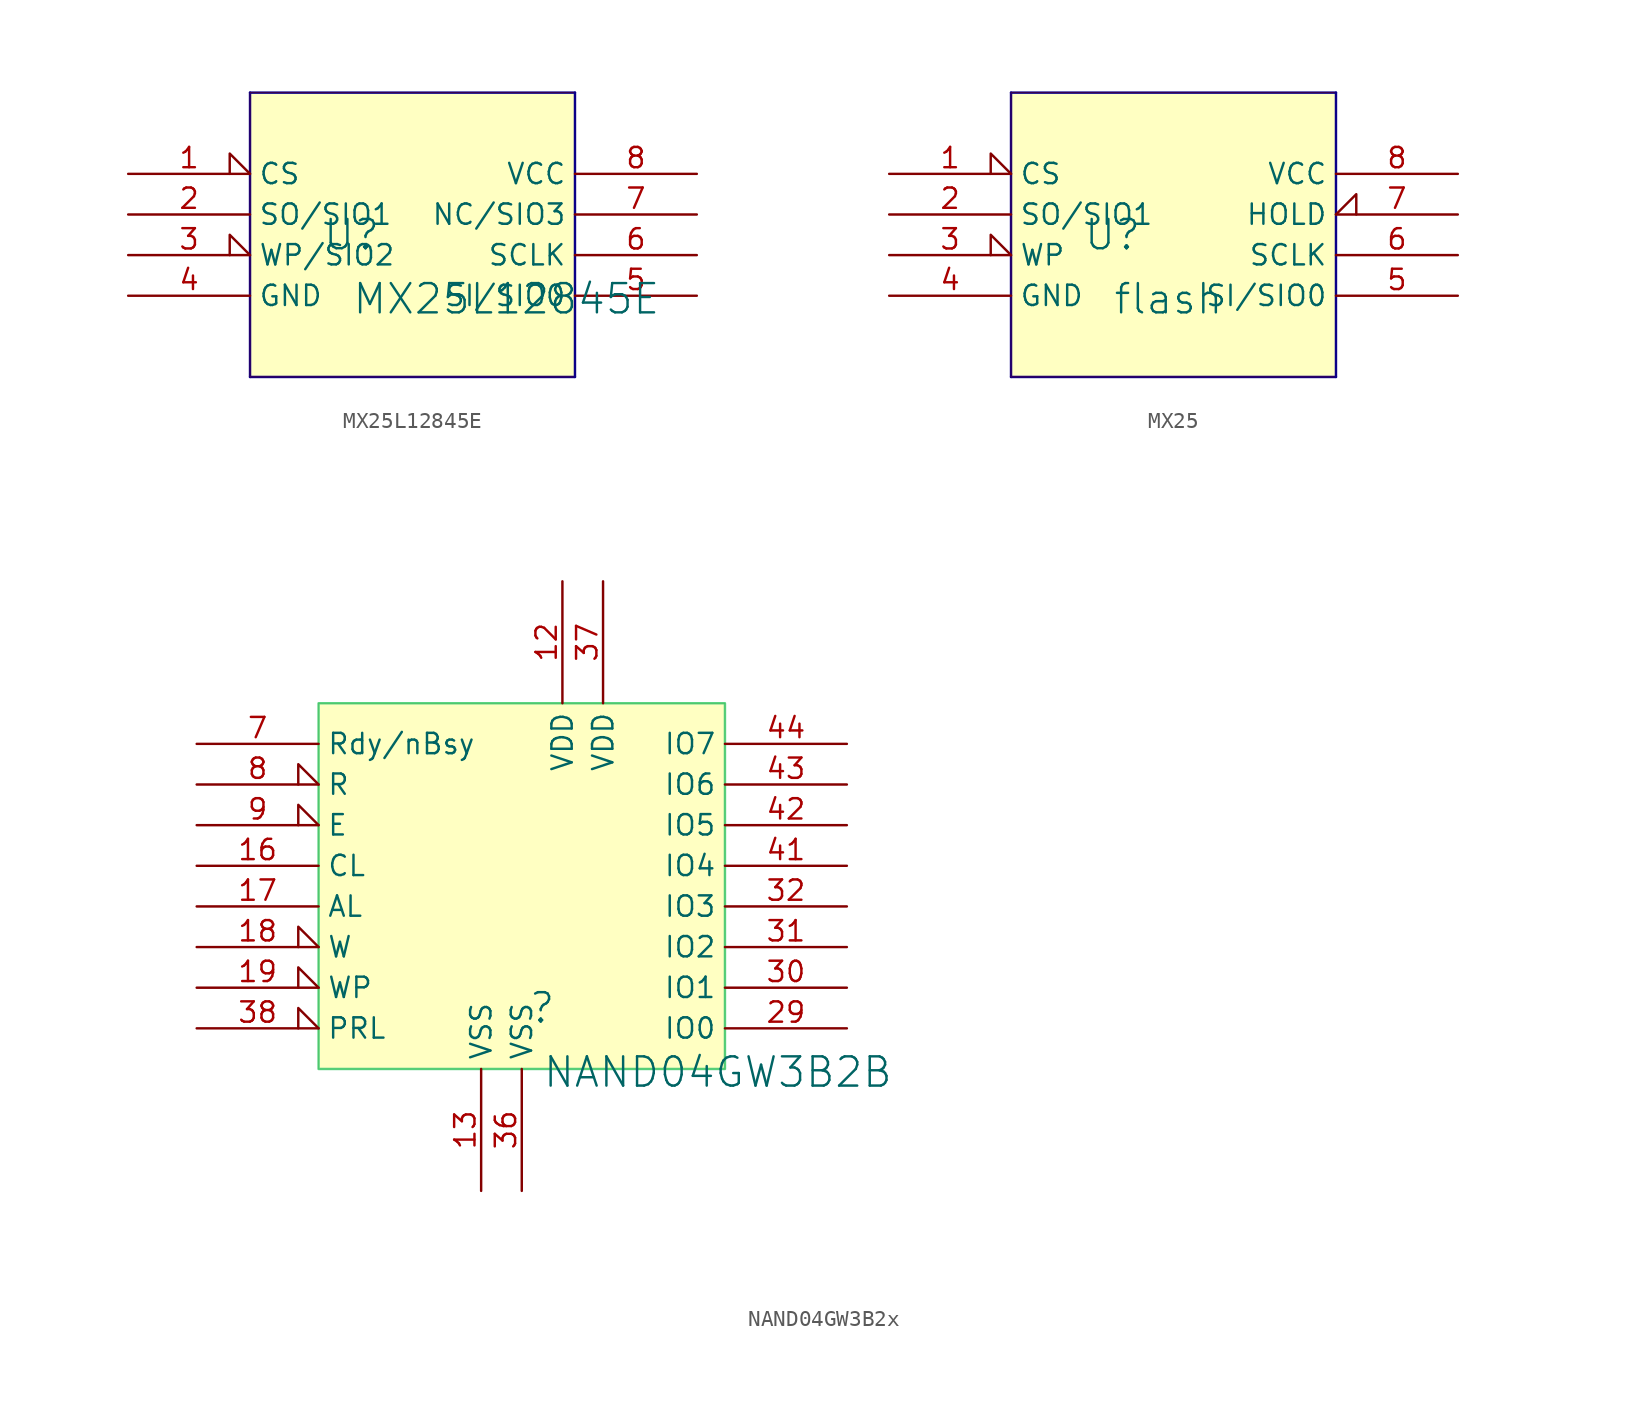
<source format=kicad_sym>
(kicad_symbol_lib
  (version 20241209)
  (generator "kicad_symbol_editor")
  (generator_version "9.0")
  (symbol "MX25L12845E"
    (property "Reference" "U"
      (at -1.27 1.27 0)
      (effects (font (size 1.829 1.829))))
    (property "Value" "MX25L12845E"
      (at -1.27 -3.81 0)
      (effects (font (size 1.829 1.829)) (justify left bottom)))
    (symbol "MX25L12845E_1_0"
      (polyline (pts (xy -7.62 10.16) (xy 12.7 10.16)) (stroke (width 0) (type solid) (color 12 0 135 1)) (fill (type none)))
      (polyline (pts (xy -7.62 -7.62) (xy -7.62 10.16)) (stroke (width 0) (type solid) (color 12 0 135 1)) (fill (type none)))
      (polyline (pts (xy -7.62 -7.62) (xy 12.7 -7.62)) (stroke (width 0) (type solid) (color 12 0 135 1)) (fill (type none)))
      (rectangle (start 12.7 10.16) (end -7.62 -7.62) (stroke (width 0.025) (type solid) (color 128 0 0 1)) (fill (type background)))
      (polyline (pts (xy 12.7 -7.62) (xy 12.7 10.16)) (stroke (width 0) (type solid) (color 12 0 135 1)) (fill (type none)))
      (pin passive input_low (at -15.24 5.08 0) (length 7.62) (name "CS" (effects (font (size 1.27 1.27)))) (number "1" (effects (font (size 1.27 1.27)))))
      (pin passive line (at -15.24 2.54 0) (length 7.62) (name "SO/SIO1" (effects (font (size 1.27 1.27)))) (number "2" (effects (font (size 1.27 1.27)))))
      (pin passive input_low (at -15.24 0 0) (length 7.62) (name "WP/SIO2" (effects (font (size 1.27 1.27)))) (number "3" (effects (font (size 1.27 1.27)))))
      (pin passive line (at -15.24 -2.54 0) (length 7.62) (name "GND" (effects (font (size 1.27 1.27)))) (number "4" (effects (font (size 1.27 1.27)))))
      (pin passive line (at 20.32 5.08 180) (length 7.62) (name "VCC" (effects (font (size 1.27 1.27)))) (number "8" (effects (font (size 1.27 1.27)))))
      (pin passive line (at 20.32 2.54 180) (length 7.62) (name "NC/SIO3" (effects (font (size 1.27 1.27)))) (number "7" (effects (font (size 1.27 1.27)))))
      (pin passive line (at 20.32 0 180) (length 7.62) (name "SCLK" (effects (font (size 1.27 1.27)))) (number "6" (effects (font (size 1.27 1.27)))))
      (pin passive line (at 20.32 -2.54 180) (length 7.62) (name "SI/SIO0" (effects (font (size 1.27 1.27)))) (number "5" (effects (font (size 1.27 1.27)))))))
  (symbol "MX25"
    (property "Reference" "U"
      (at -1.27 1.27 0)
      (effects (font (size 1.829 1.829))))
    (property "Value" "flash"
      (at -1.27 -3.81 0)
      (effects (font (size 1.829 1.829)) (justify left bottom)))
    (symbol "MX25_1_0"
      (polyline (pts (xy -7.62 10.16) (xy 12.7 10.16)) (stroke (width 0) (type solid) (color 12 0 135 1)) (fill (type none)))
      (polyline (pts (xy -7.62 -7.62) (xy -7.62 10.16)) (stroke (width 0) (type solid) (color 12 0 135 1)) (fill (type none)))
      (polyline (pts (xy -7.62 -7.62) (xy 12.7 -7.62)) (stroke (width 0) (type solid) (color 12 0 135 1)) (fill (type none)))
      (rectangle (start 12.7 10.16) (end -7.62 -7.62) (stroke (width 0.025) (type solid) (color 128 0 0 1)) (fill (type background)))
      (polyline (pts (xy 12.7 -7.62) (xy 12.7 10.16)) (stroke (width 0) (type solid) (color 12 0 135 1)) (fill (type none)))
      (pin passive input_low (at -15.24 5.08 0) (length 7.62) (name "CS" (effects (font (size 1.27 1.27)))) (number "1" (effects (font (size 1.27 1.27)))))
      (pin passive line (at -15.24 2.54 0) (length 7.62) (name "SO/SIO1" (effects (font (size 1.27 1.27)))) (number "2" (effects (font (size 1.27 1.27)))))
      (pin passive input_low (at -15.24 0 0) (length 7.62) (name "WP" (effects (font (size 1.27 1.27)))) (number "3" (effects (font (size 1.27 1.27)))))
      (pin passive line (at -15.24 -2.54 0) (length 7.62) (name "GND" (effects (font (size 1.27 1.27)))) (number "4" (effects (font (size 1.27 1.27)))))
      (pin passive line (at 20.32 5.08 180) (length 7.62) (name "VCC" (effects (font (size 1.27 1.27)))) (number "8" (effects (font (size 1.27 1.27)))))
      (pin passive input_low (at 20.32 2.54 180) (length 7.62) (name "HOLD" (effects (font (size 1.27 1.27)))) (number "7" (effects (font (size 1.27 1.27)))))
      (pin passive line (at 20.32 0 180) (length 7.62) (name "SCLK" (effects (font (size 1.27 1.27)))) (number "6" (effects (font (size 1.27 1.27)))))
      (pin passive line (at 20.32 -2.54 180) (length 7.62) (name "SI/SIO0" (effects (font (size 1.27 1.27)))) (number "5" (effects (font (size 1.27 1.27)))))))
  (symbol "NAND04GW3B2x"
    (property "Reference" ""
      (at -1.27 1.27 0)
      (effects (font (size 1.829 1.829))))
    (property "Value" "NAND04GW3B2B"
      (at -1.27 -3.81 0)
      (effects (font (size 1.829 1.829)) (justify left bottom)))
    (symbol "NAND04GW3B2x_1_0"
      (polyline (pts (xy -15.24 -2.54) (xy -15.24 20.32) (xy 10.16 20.32) (xy 10.16 -2.54) (xy -15.24 -2.54)) (stroke (width 0) (type solid) (color 92 212 129 1)) (fill (type none)))
      (rectangle (start 10.16 20.32) (end -15.24 -2.54) (stroke (width 0.025) (type solid) (color 59 178 83 1)) (fill (type background)))
      (pin passive line (at -22.86 17.78 0) (length 7.62) (name "Rdy/nBsy" (effects (font (size 1.27 1.27)))) (number "7" (effects (font (size 1.27 1.27)))))
      (pin passive input_low (at -22.86 15.24 0) (length 7.62) (name "R" (effects (font (size 1.27 1.27)))) (number "8" (effects (font (size 1.27 1.27)))))
      (pin passive input_low (at -22.86 12.7 0) (length 7.62) (name "E" (effects (font (size 1.27 1.27)))) (number "9" (effects (font (size 1.27 1.27)))))
      (pin passive line (at -22.86 10.16 0) (length 7.62) (name "CL" (effects (font (size 1.27 1.27)))) (number "16" (effects (font (size 1.27 1.27)))))
      (pin passive line (at -22.86 7.62 0) (length 7.62) (name "AL" (effects (font (size 1.27 1.27)))) (number "17" (effects (font (size 1.27 1.27)))))
      (pin passive input_low (at -22.86 5.08 0) (length 7.62) (name "W" (effects (font (size 1.27 1.27)))) (number "18" (effects (font (size 1.27 1.27)))))
      (pin passive input_low (at -22.86 2.54 0) (length 7.62) (name "WP" (effects (font (size 1.27 1.27)))) (number "19" (effects (font (size 1.27 1.27)))))
      (pin passive input_low (at -22.86 0 0) (length 7.62) (name "PRL" (effects (font (size 1.27 1.27)))) (number "38" (effects (font (size 1.27 1.27)))))
      (pin passive line (at -5.08 -10.16 90) (length 7.62) (name "VSS" (effects (font (size 1.27 1.27)))) (number "13" (effects (font (size 1.27 1.27)))))
      (pin passive line (at -2.54 -10.16 90) (length 7.62) (name "VSS" (effects (font (size 1.27 1.27)))) (number "36" (effects (font (size 1.27 1.27)))))
      (pin passive line (at 0 27.94 270) (length 7.62) (name "VDD" (effects (font (size 1.27 1.27)))) (number "12" (effects (font (size 1.27 1.27)))))
      (pin passive line (at 2.54 27.94 270) (length 7.62) (name "VDD" (effects (font (size 1.27 1.27)))) (number "37" (effects (font (size 1.27 1.27)))))
      (pin passive line (at 17.78 17.78 180) (length 7.62) (name "IO7" (effects (font (size 1.27 1.27)))) (number "44" (effects (font (size 1.27 1.27)))))
      (pin passive line (at 17.78 15.24 180) (length 7.62) (name "IO6" (effects (font (size 1.27 1.27)))) (number "43" (effects (font (size 1.27 1.27)))))
      (pin passive line (at 17.78 12.7 180) (length 7.62) (name "IO5" (effects (font (size 1.27 1.27)))) (number "42" (effects (font (size 1.27 1.27)))))
      (pin passive line (at 17.78 10.16 180) (length 7.62) (name "IO4" (effects (font (size 1.27 1.27)))) (number "41" (effects (font (size 1.27 1.27)))))
      (pin passive line (at 17.78 7.62 180) (length 7.62) (name "IO3" (effects (font (size 1.27 1.27)))) (number "32" (effects (font (size 1.27 1.27)))))
      (pin passive line (at 17.78 5.08 180) (length 7.62) (name "IO2" (effects (font (size 1.27 1.27)))) (number "31" (effects (font (size 1.27 1.27)))))
      (pin passive line (at 17.78 2.54 180) (length 7.62) (name "IO1" (effects (font (size 1.27 1.27)))) (number "30" (effects (font (size 1.27 1.27)))))
      (pin passive line (at 17.78 0 180) (length 7.62) (name "IO0" (effects (font (size 1.27 1.27)))) (number "29" (effects (font (size 1.27 1.27)))))
      (pin passive line (at 45.72 22.86 180) (length 7.62) (hide yes) (name "NC" (effects (font (size 1.27 1.27)))) (number "48" (effects (font (size 1.27 1.27)))))
      (pin passive line (at 45.72 20.32 180) (length 7.62) (hide yes) (name "NC" (effects (font (size 1.27 1.27)))) (number "47" (effects (font (size 1.27 1.27)))))
      (pin passive line (at 45.72 17.78 180) (length 7.62) (hide yes) (name "NC" (effects (font (size 1.27 1.27)))) (number "46" (effects (font (size 1.27 1.27)))))
      (pin passive line (at 45.72 15.24 180) (length 7.62) (hide yes) (name "NC" (effects (font (size 1.27 1.27)))) (number "45" (effects (font (size 1.27 1.27)))))
      (pin passive line (at 45.72 12.7 180) (length 7.62) (hide yes) (name "NC" (effects (font (size 1.27 1.27)))) (number "40" (effects (font (size 1.27 1.27)))))
      (pin passive line (at 45.72 10.16 180) (length 7.62) (hide yes) (name "NC" (effects (font (size 1.27 1.27)))) (number "39" (effects (font (size 1.27 1.27)))))
      (pin passive line (at 45.72 7.62 180) (length 7.62) (hide yes) (name "NC" (effects (font (size 1.27 1.27)))) (number "35" (effects (font (size 1.27 1.27)))))
      (pin passive line (at 45.72 5.08 180) (length 7.62) (hide yes) (name "NC" (effects (font (size 1.27 1.27)))) (number "34" (effects (font (size 1.27 1.27)))))
      (pin passive line (at 45.72 2.54 180) (length 7.62) (hide yes) (name "NC" (effects (font (size 1.27 1.27)))) (number "33" (effects (font (size 1.27 1.27)))))
      (pin passive line (at 45.72 0 180) (length 7.62) (hide yes) (name "NC" (effects (font (size 1.27 1.27)))) (number "28" (effects (font (size 1.27 1.27)))))
      (pin passive line (at 45.72 -2.54 180) (length 7.62) (hide yes) (name "NC" (effects (font (size 1.27 1.27)))) (number "27" (effects (font (size 1.27 1.27)))))
      (pin passive line (at 45.72 -5.08 180) (length 7.62) (hide yes) (name "NC" (effects (font (size 1.27 1.27)))) (number "26" (effects (font (size 1.27 1.27)))))
      (pin passive line (at 45.72 -7.62 180) (length 7.62) (hide yes) (name "NC" (effects (font (size 1.27 1.27)))) (number "25" (effects (font (size 1.27 1.27)))))
      (pin passive line (at 48.26 22.86 0) (length 7.62) (hide yes) (name "NC" (effects (font (size 1.27 1.27)))) (number "20" (effects (font (size 1.27 1.27)))))
      (pin passive line (at 48.26 20.32 0) (length 7.62) (hide yes) (name "NC" (effects (font (size 1.27 1.27)))) (number "21" (effects (font (size 1.27 1.27)))))
      (pin passive line (at 48.26 17.78 0) (length 7.62) (hide yes) (name "NC" (effects (font (size 1.27 1.27)))) (number "22" (effects (font (size 1.27 1.27)))))
      (pin passive line (at 48.26 15.24 0) (length 7.62) (hide yes) (name "NC" (effects (font (size 1.27 1.27)))) (number "23" (effects (font (size 1.27 1.27)))))
      (pin passive line (at 48.26 12.7 0) (length 7.62) (hide yes) (name "NC" (effects (font (size 1.27 1.27)))) (number "24" (effects (font (size 1.27 1.27)))))
      (pin passive line (at 48.26 10.16 0) (length 7.62) (hide yes) (name "NC" (effects (font (size 1.27 1.27)))) (number "14" (effects (font (size 1.27 1.27)))))
      (pin passive line (at 48.26 7.62 0) (length 7.62) (hide yes) (name "NC" (effects (font (size 1.27 1.27)))) (number "15" (effects (font (size 1.27 1.27)))))
      (pin passive line (at 48.26 5.08 0) (length 7.62) (hide yes) (name "NC" (effects (font (size 1.27 1.27)))) (number "10" (effects (font (size 1.27 1.27)))))
      (pin passive line (at 48.26 2.54 0) (length 7.62) (hide yes) (name "NC" (effects (font (size 1.27 1.27)))) (number "11" (effects (font (size 1.27 1.27)))))
      (pin passive line (at 48.26 0 0) (length 7.62) (hide yes) (name "NC" (effects (font (size 1.27 1.27)))) (number "1" (effects (font (size 1.27 1.27)))))
      (pin passive line (at 48.26 -2.54 0) (length 7.62) (hide yes) (name "NC" (effects (font (size 1.27 1.27)))) (number "2" (effects (font (size 1.27 1.27)))))
      (pin passive line (at 48.26 -5.08 0) (length 7.62) (hide yes) (name "NC" (effects (font (size 1.27 1.27)))) (number "3" (effects (font (size 1.27 1.27)))))
      (pin passive line (at 48.26 -7.62 0) (length 7.62) (hide yes) (name "NC" (effects (font (size 1.27 1.27)))) (number "4" (effects (font (size 1.27 1.27)))))
      (pin passive line (at 48.26 -10.16 0) (length 7.62) (hide yes) (name "NC" (effects (font (size 1.27 1.27)))) (number "5" (effects (font (size 1.27 1.27)))))
      (pin passive line (at 48.26 -12.7 0) (length 7.62) (hide yes) (name "NC" (effects (font (size 1.27 1.27)))) (number "6" (effects (font (size 1.27 1.27))))))))
</source>
